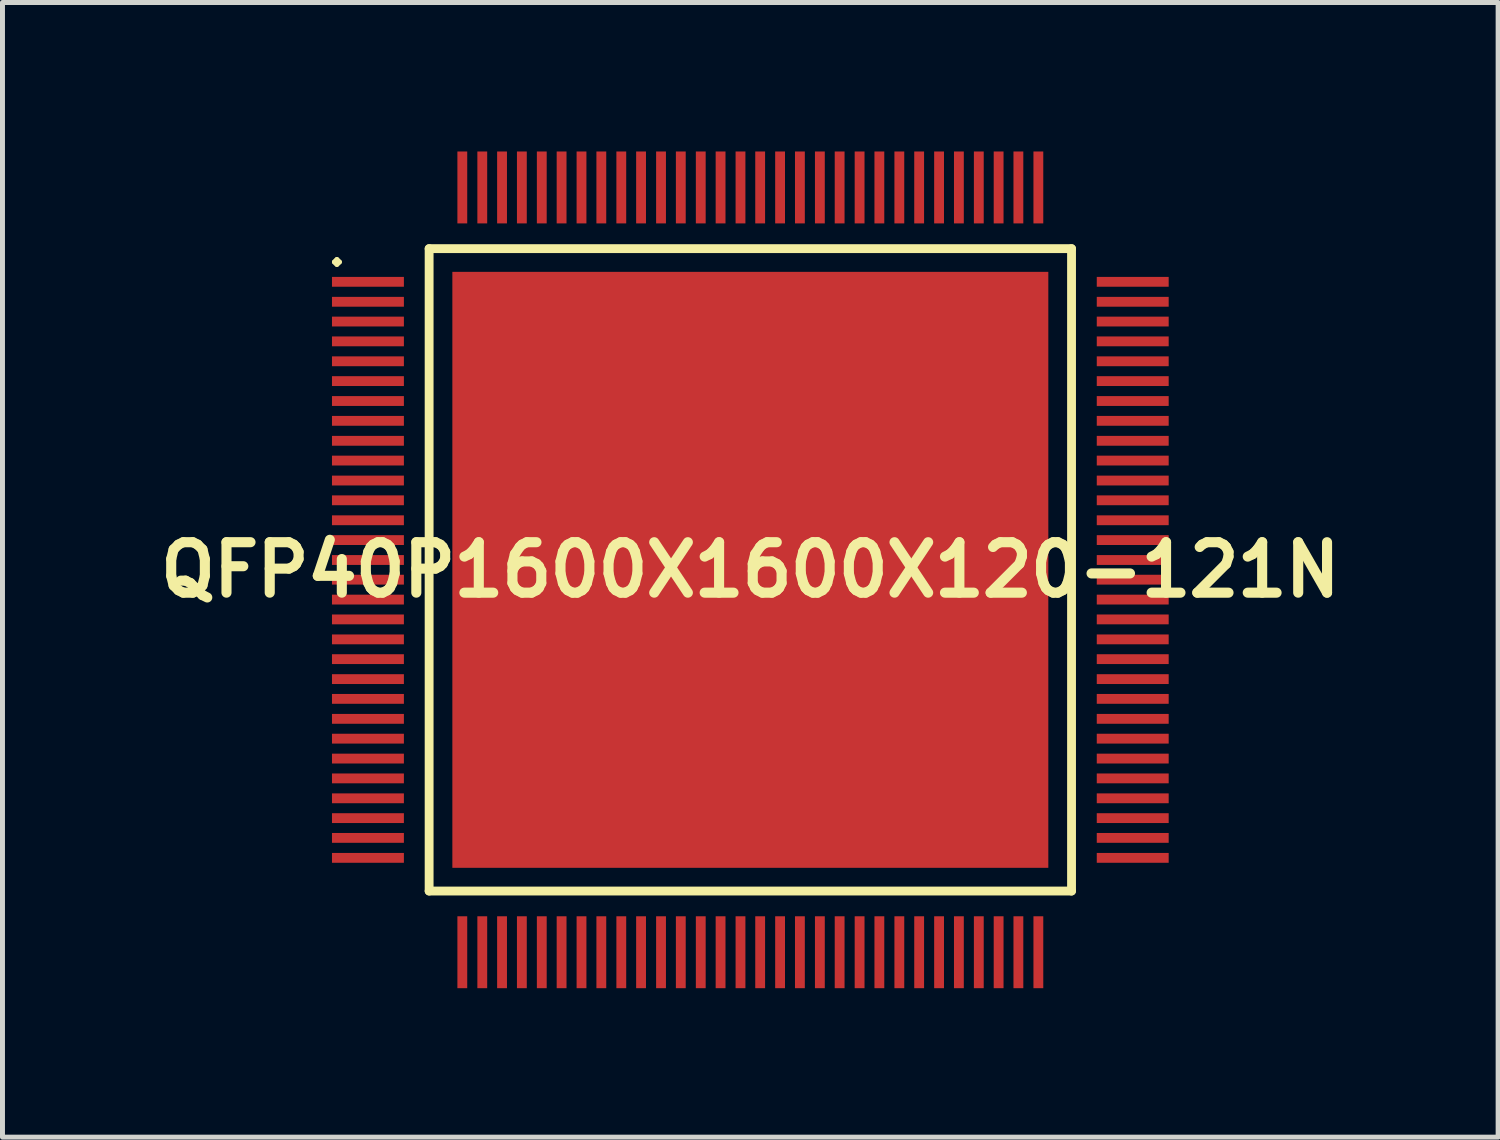
<source format=kicad_pcb>
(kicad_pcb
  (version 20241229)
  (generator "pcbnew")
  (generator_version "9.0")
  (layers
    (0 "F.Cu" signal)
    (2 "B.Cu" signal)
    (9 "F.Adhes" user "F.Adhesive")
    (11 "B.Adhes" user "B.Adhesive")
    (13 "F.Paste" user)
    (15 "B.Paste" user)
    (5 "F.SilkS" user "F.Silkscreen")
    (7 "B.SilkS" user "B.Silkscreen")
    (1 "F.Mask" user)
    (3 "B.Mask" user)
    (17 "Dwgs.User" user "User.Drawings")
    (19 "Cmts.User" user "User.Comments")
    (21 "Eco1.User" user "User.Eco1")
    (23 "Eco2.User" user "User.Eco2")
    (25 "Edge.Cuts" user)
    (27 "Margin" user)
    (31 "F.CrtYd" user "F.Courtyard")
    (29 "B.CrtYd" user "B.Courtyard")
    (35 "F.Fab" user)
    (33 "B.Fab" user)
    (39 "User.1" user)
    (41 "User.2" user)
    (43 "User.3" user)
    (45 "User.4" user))
  (footprint "QFP40P1600X1600X120-121N"
    (layer "F.Cu")
    (at 12.057 8.423)
    (property "Reference" "QFP40P1600X1600X120-121N" (at 0 0 0) (layer "F.SilkS") (effects (font (size 1.016 1.016) (thickness 0.203))))
    (attr smd)
    (fp_line (start -8.374 -6.198) (end -8.324 -6.248) (stroke (width 0.099) (type solid)) (layer "F.SilkS"))
    (fp_line (start -8.324 -6.248) (end -8.273 -6.198) (stroke (width 0.099) (type solid)) (layer "F.SilkS"))
    (fp_line (start -8.324 -6.149) (end -8.374 -6.198) (stroke (width 0.099) (type solid)) (layer "F.SilkS"))
    (fp_line (start -8.273 -6.198) (end -8.324 -6.149) (stroke (width 0.099) (type solid)) (layer "F.SilkS"))
    (fp_line (start -6.467 -6.467) (end -6.467 6.467) (stroke (width 0.178) (type solid)) (layer "F.SilkS"))
    (fp_line (start -6.467 6.467) (end 6.467 6.467) (stroke (width 0.178) (type solid)) (layer "F.SilkS"))
    (fp_line (start 6.467 -6.467) (end -6.467 -6.467) (stroke (width 0.178) (type solid)) (layer "F.SilkS"))
    (fp_line (start 6.467 6.467) (end 6.467 -6.467) (stroke (width 0.178) (type solid)) (layer "F.SilkS"))
    (pad "1" smd rect (at -7.699 -5.799) (size 1.448 0.198) (layers "F.Cu" "F.Mask" "F.Paste"))
    (pad "2" smd rect (at -7.699 -5.397) (size 1.448 0.198) (layers "F.Cu" "F.Mask" "F.Paste"))
    (pad "3" smd rect (at -7.699 -4.999) (size 1.448 0.198) (layers "F.Cu" "F.Mask" "F.Paste"))
    (pad "4" smd rect (at -7.699 -4.6) (size 1.448 0.198) (layers "F.Cu" "F.Mask" "F.Paste"))
    (pad "5" smd rect (at -7.699 -4.199) (size 1.448 0.198) (layers "F.Cu" "F.Mask" "F.Paste"))
    (pad "6" smd rect (at -7.699 -3.8) (size 1.448 0.198) (layers "F.Cu" "F.Mask" "F.Paste"))
    (pad "7" smd rect (at -7.699 -3.399) (size 1.448 0.198) (layers "F.Cu" "F.Mask" "F.Paste"))
    (pad "8" smd rect (at -7.699 -3) (size 1.448 0.198) (layers "F.Cu" "F.Mask" "F.Paste"))
    (pad "9" smd rect (at -7.699 -2.598) (size 1.448 0.198) (layers "F.Cu" "F.Mask" "F.Paste"))
    (pad "10" smd rect (at -7.699 -2.2) (size 1.448 0.198) (layers "F.Cu" "F.Mask" "F.Paste"))
    (pad "11" smd rect (at -7.699 -1.798) (size 1.448 0.198) (layers "F.Cu" "F.Mask" "F.Paste"))
    (pad "12" smd rect (at -7.699 -1.4) (size 1.448 0.198) (layers "F.Cu" "F.Mask" "F.Paste"))
    (pad "13" smd rect (at -7.699 -0.998) (size 1.448 0.198) (layers "F.Cu" "F.Mask" "F.Paste"))
    (pad "14" smd rect (at -7.699 -0.599) (size 1.448 0.198) (layers "F.Cu" "F.Mask" "F.Paste"))
    (pad "15" smd rect (at -7.699 -0.198) (size 1.448 0.198) (layers "F.Cu" "F.Mask" "F.Paste"))
    (pad "16" smd rect (at -7.699 0.198) (size 1.448 0.198) (layers "F.Cu" "F.Mask" "F.Paste"))
    (pad "17" smd rect (at -7.699 0.599) (size 1.448 0.198) (layers "F.Cu" "F.Mask" "F.Paste"))
    (pad "18" smd rect (at -7.699 0.998) (size 1.448 0.198) (layers "F.Cu" "F.Mask" "F.Paste"))
    (pad "19" smd rect (at -7.699 1.4) (size 1.448 0.198) (layers "F.Cu" "F.Mask" "F.Paste"))
    (pad "20" smd rect (at -7.699 1.798) (size 1.448 0.198) (layers "F.Cu" "F.Mask" "F.Paste"))
    (pad "21" smd rect (at -7.699 2.2) (size 1.448 0.198) (layers "F.Cu" "F.Mask" "F.Paste"))
    (pad "22" smd rect (at -7.699 2.598) (size 1.448 0.198) (layers "F.Cu" "F.Mask" "F.Paste"))
    (pad "23" smd rect (at -7.699 3) (size 1.448 0.198) (layers "F.Cu" "F.Mask" "F.Paste"))
    (pad "24" smd rect (at -7.699 3.399) (size 1.448 0.198) (layers "F.Cu" "F.Mask" "F.Paste"))
    (pad "25" smd rect (at -7.699 3.8) (size 1.448 0.198) (layers "F.Cu" "F.Mask" "F.Paste"))
    (pad "26" smd rect (at -7.699 4.199) (size 1.448 0.198) (layers "F.Cu" "F.Mask" "F.Paste"))
    (pad "27" smd rect (at -7.699 4.6) (size 1.448 0.198) (layers "F.Cu" "F.Mask" "F.Paste"))
    (pad "28" smd rect (at -7.699 4.999) (size 1.448 0.198) (layers "F.Cu" "F.Mask" "F.Paste"))
    (pad "29" smd rect (at -7.699 5.397) (size 1.448 0.198) (layers "F.Cu" "F.Mask" "F.Paste"))
    (pad "30" smd rect (at -7.699 5.799) (size 1.448 0.198) (layers "F.Cu" "F.Mask" "F.Paste"))
    (pad "31" smd rect (at -5.799 7.699) (size 0.198 1.448) (layers "F.Cu" "F.Mask" "F.Paste"))
    (pad "32" smd rect (at -5.397 7.699) (size 0.198 1.448) (layers "F.Cu" "F.Mask" "F.Paste"))
    (pad "33" smd rect (at -4.999 7.699) (size 0.198 1.448) (layers "F.Cu" "F.Mask" "F.Paste"))
    (pad "34" smd rect (at -4.6 7.699) (size 0.198 1.448) (layers "F.Cu" "F.Mask" "F.Paste"))
    (pad "35" smd rect (at -4.199 7.699) (size 0.198 1.448) (layers "F.Cu" "F.Mask" "F.Paste"))
    (pad "36" smd rect (at -3.8 7.699) (size 0.198 1.448) (layers "F.Cu" "F.Mask" "F.Paste"))
    (pad "37" smd rect (at -3.399 7.699) (size 0.198 1.448) (layers "F.Cu" "F.Mask" "F.Paste"))
    (pad "38" smd rect (at -3 7.699) (size 0.198 1.448) (layers "F.Cu" "F.Mask" "F.Paste"))
    (pad "39" smd rect (at -2.598 7.699) (size 0.198 1.448) (layers "F.Cu" "F.Mask" "F.Paste"))
    (pad "40" smd rect (at -2.2 7.699) (size 0.198 1.448) (layers "F.Cu" "F.Mask" "F.Paste"))
    (pad "41" smd rect (at -1.798 7.699) (size 0.198 1.448) (layers "F.Cu" "F.Mask" "F.Paste"))
    (pad "42" smd rect (at -1.4 7.699) (size 0.198 1.448) (layers "F.Cu" "F.Mask" "F.Paste"))
    (pad "43" smd rect (at -0.998 7.699) (size 0.198 1.448) (layers "F.Cu" "F.Mask" "F.Paste"))
    (pad "44" smd rect (at -0.599 7.699) (size 0.198 1.448) (layers "F.Cu" "F.Mask" "F.Paste"))
    (pad "45" smd rect (at -0.198 7.699) (size 0.198 1.448) (layers "F.Cu" "F.Mask" "F.Paste"))
    (pad "46" smd rect (at 0.198 7.699) (size 0.198 1.448) (layers "F.Cu" "F.Mask" "F.Paste"))
    (pad "47" smd rect (at 0.599 7.699) (size 0.198 1.448) (layers "F.Cu" "F.Mask" "F.Paste"))
    (pad "48" smd rect (at 0.998 7.699) (size 0.198 1.448) (layers "F.Cu" "F.Mask" "F.Paste"))
    (pad "49" smd rect (at 1.4 7.699) (size 0.198 1.448) (layers "F.Cu" "F.Mask" "F.Paste"))
    (pad "50" smd rect (at 1.798 7.699) (size 0.198 1.448) (layers "F.Cu" "F.Mask" "F.Paste"))
    (pad "51" smd rect (at 2.2 7.699) (size 0.198 1.448) (layers "F.Cu" "F.Mask" "F.Paste"))
    (pad "52" smd rect (at 2.598 7.699) (size 0.198 1.448) (layers "F.Cu" "F.Mask" "F.Paste"))
    (pad "53" smd rect (at 3 7.699) (size 0.198 1.448) (layers "F.Cu" "F.Mask" "F.Paste"))
    (pad "54" smd rect (at 3.399 7.699) (size 0.198 1.448) (layers "F.Cu" "F.Mask" "F.Paste"))
    (pad "55" smd rect (at 3.8 7.699) (size 0.198 1.448) (layers "F.Cu" "F.Mask" "F.Paste"))
    (pad "56" smd rect (at 4.199 7.699) (size 0.198 1.448) (layers "F.Cu" "F.Mask" "F.Paste"))
    (pad "57" smd rect (at 4.6 7.699) (size 0.198 1.448) (layers "F.Cu" "F.Mask" "F.Paste"))
    (pad "58" smd rect (at 4.999 7.699) (size 0.198 1.448) (layers "F.Cu" "F.Mask" "F.Paste"))
    (pad "59" smd rect (at 5.397 7.699) (size 0.198 1.448) (layers "F.Cu" "F.Mask" "F.Paste"))
    (pad "60" smd rect (at 5.799 7.699) (size 0.198 1.448) (layers "F.Cu" "F.Mask" "F.Paste"))
    (pad "61" smd rect (at 7.699 5.799) (size 1.448 0.198) (layers "F.Cu" "F.Mask" "F.Paste"))
    (pad "62" smd rect (at 7.699 5.397) (size 1.448 0.198) (layers "F.Cu" "F.Mask" "F.Paste"))
    (pad "63" smd rect (at 7.699 4.999) (size 1.448 0.198) (layers "F.Cu" "F.Mask" "F.Paste"))
    (pad "64" smd rect (at 7.699 4.6) (size 1.448 0.198) (layers "F.Cu" "F.Mask" "F.Paste"))
    (pad "65" smd rect (at 7.699 4.199) (size 1.448 0.198) (layers "F.Cu" "F.Mask" "F.Paste"))
    (pad "66" smd rect (at 7.699 3.8) (size 1.448 0.198) (layers "F.Cu" "F.Mask" "F.Paste"))
    (pad "67" smd rect (at 7.699 3.399) (size 1.448 0.198) (layers "F.Cu" "F.Mask" "F.Paste"))
    (pad "68" smd rect (at 7.699 3) (size 1.448 0.198) (layers "F.Cu" "F.Mask" "F.Paste"))
    (pad "69" smd rect (at 7.699 2.598) (size 1.448 0.198) (layers "F.Cu" "F.Mask" "F.Paste"))
    (pad "70" smd rect (at 7.699 2.2) (size 1.448 0.198) (layers "F.Cu" "F.Mask" "F.Paste"))
    (pad "71" smd rect (at 7.699 1.798) (size 1.448 0.198) (layers "F.Cu" "F.Mask" "F.Paste"))
    (pad "72" smd rect (at 7.699 1.4) (size 1.448 0.198) (layers "F.Cu" "F.Mask" "F.Paste"))
    (pad "73" smd rect (at 7.699 0.998) (size 1.448 0.198) (layers "F.Cu" "F.Mask" "F.Paste"))
    (pad "74" smd rect (at 7.699 0.599) (size 1.448 0.198) (layers "F.Cu" "F.Mask" "F.Paste"))
    (pad "75" smd rect (at 7.699 0.198) (size 1.448 0.198) (layers "F.Cu" "F.Mask" "F.Paste"))
    (pad "76" smd rect (at 7.699 -0.198) (size 1.448 0.198) (layers "F.Cu" "F.Mask" "F.Paste"))
    (pad "77" smd rect (at 7.699 -0.599) (size 1.448 0.198) (layers "F.Cu" "F.Mask" "F.Paste"))
    (pad "78" smd rect (at 7.699 -0.998) (size 1.448 0.198) (layers "F.Cu" "F.Mask" "F.Paste"))
    (pad "79" smd rect (at 7.699 -1.4) (size 1.448 0.198) (layers "F.Cu" "F.Mask" "F.Paste"))
    (pad "80" smd rect (at 7.699 -1.798) (size 1.448 0.198) (layers "F.Cu" "F.Mask" "F.Paste"))
    (pad "81" smd rect (at 7.699 -2.2) (size 1.448 0.198) (layers "F.Cu" "F.Mask" "F.Paste"))
    (pad "82" smd rect (at 7.699 -2.598) (size 1.448 0.198) (layers "F.Cu" "F.Mask" "F.Paste"))
    (pad "83" smd rect (at 7.699 -3) (size 1.448 0.198) (layers "F.Cu" "F.Mask" "F.Paste"))
    (pad "84" smd rect (at 7.699 -3.399) (size 1.448 0.198) (layers "F.Cu" "F.Mask" "F.Paste"))
    (pad "85" smd rect (at 7.699 -3.8) (size 1.448 0.198) (layers "F.Cu" "F.Mask" "F.Paste"))
    (pad "86" smd rect (at 7.699 -4.199) (size 1.448 0.198) (layers "F.Cu" "F.Mask" "F.Paste"))
    (pad "87" smd rect (at 7.699 -4.6) (size 1.448 0.198) (layers "F.Cu" "F.Mask" "F.Paste"))
    (pad "88" smd rect (at 7.699 -4.999) (size 1.448 0.198) (layers "F.Cu" "F.Mask" "F.Paste"))
    (pad "89" smd rect (at 7.699 -5.397) (size 1.448 0.198) (layers "F.Cu" "F.Mask" "F.Paste"))
    (pad "90" smd rect (at 7.699 -5.799) (size 1.448 0.198) (layers "F.Cu" "F.Mask" "F.Paste"))
    (pad "91" smd rect (at 5.799 -7.699) (size 0.198 1.448) (layers "F.Cu" "F.Mask" "F.Paste"))
    (pad "92" smd rect (at 5.397 -7.699) (size 0.198 1.448) (layers "F.Cu" "F.Mask" "F.Paste"))
    (pad "93" smd rect (at 4.999 -7.699) (size 0.198 1.448) (layers "F.Cu" "F.Mask" "F.Paste"))
    (pad "94" smd rect (at 4.6 -7.699) (size 0.198 1.448) (layers "F.Cu" "F.Mask" "F.Paste"))
    (pad "95" smd rect (at 4.199 -7.699) (size 0.198 1.448) (layers "F.Cu" "F.Mask" "F.Paste"))
    (pad "96" smd rect (at 3.8 -7.699) (size 0.198 1.448) (layers "F.Cu" "F.Mask" "F.Paste"))
    (pad "97" smd rect (at 3.399 -7.699) (size 0.198 1.448) (layers "F.Cu" "F.Mask" "F.Paste"))
    (pad "98" smd rect (at 3 -7.699) (size 0.198 1.448) (layers "F.Cu" "F.Mask" "F.Paste"))
    (pad "99" smd rect (at 2.598 -7.699) (size 0.198 1.448) (layers "F.Cu" "F.Mask" "F.Paste"))
    (pad "100" smd rect (at 2.2 -7.699) (size 0.198 1.448) (layers "F.Cu" "F.Mask" "F.Paste"))
    (pad "101" smd rect (at 1.798 -7.699) (size 0.198 1.448) (layers "F.Cu" "F.Mask" "F.Paste"))
    (pad "102" smd rect (at 1.4 -7.699) (size 0.198 1.448) (layers "F.Cu" "F.Mask" "F.Paste"))
    (pad "103" smd rect (at 0.998 -7.699) (size 0.198 1.448) (layers "F.Cu" "F.Mask" "F.Paste"))
    (pad "104" smd rect (at 0.599 -7.699) (size 0.198 1.448) (layers "F.Cu" "F.Mask" "F.Paste"))
    (pad "105" smd rect (at 0.198 -7.699) (size 0.198 1.448) (layers "F.Cu" "F.Mask" "F.Paste"))
    (pad "106" smd rect (at -0.198 -7.699) (size 0.198 1.448) (layers "F.Cu" "F.Mask" "F.Paste"))
    (pad "107" smd rect (at -0.599 -7.699) (size 0.198 1.448) (layers "F.Cu" "F.Mask" "F.Paste"))
    (pad "108" smd rect (at -0.998 -7.699) (size 0.198 1.448) (layers "F.Cu" "F.Mask" "F.Paste"))
    (pad "109" smd rect (at -1.4 -7.699) (size 0.198 1.448) (layers "F.Cu" "F.Mask" "F.Paste"))
    (pad "110" smd rect (at -1.798 -7.699) (size 0.198 1.448) (layers "F.Cu" "F.Mask" "F.Paste"))
    (pad "111" smd rect (at -2.2 -7.699) (size 0.198 1.448) (layers "F.Cu" "F.Mask" "F.Paste"))
    (pad "112" smd rect (at -2.598 -7.699) (size 0.198 1.448) (layers "F.Cu" "F.Mask" "F.Paste"))
    (pad "113" smd rect (at -3 -7.699) (size 0.198 1.448) (layers "F.Cu" "F.Mask" "F.Paste"))
    (pad "114" smd rect (at -3.399 -7.699) (size 0.198 1.448) (layers "F.Cu" "F.Mask" "F.Paste"))
    (pad "115" smd rect (at -3.8 -7.699) (size 0.198 1.448) (layers "F.Cu" "F.Mask" "F.Paste"))
    (pad "116" smd rect (at -4.199 -7.699) (size 0.198 1.448) (layers "F.Cu" "F.Mask" "F.Paste"))
    (pad "117" smd rect (at -4.6 -7.699) (size 0.198 1.448) (layers "F.Cu" "F.Mask" "F.Paste"))
    (pad "118" smd rect (at -4.999 -7.699) (size 0.198 1.448) (layers "F.Cu" "F.Mask" "F.Paste"))
    (pad "119" smd rect (at -5.397 -7.699) (size 0.198 1.448) (layers "F.Cu" "F.Mask" "F.Paste"))
    (pad "120" smd rect (at -5.799 -7.699) (size 0.198 1.448) (layers "F.Cu" "F.Mask" "F.Paste"))
    (pad "121" smd rect (at 0 0) (size 11.999 11.999) (layers "F.Cu" "F.Mask" "F.Paste")))
  (gr_rect
    (start -3 -3)
    (end 27.113 19.845)
    (stroke (width 0.1) (type default))
    (fill no)
    (layer "Edge.Cuts")))
</source>
